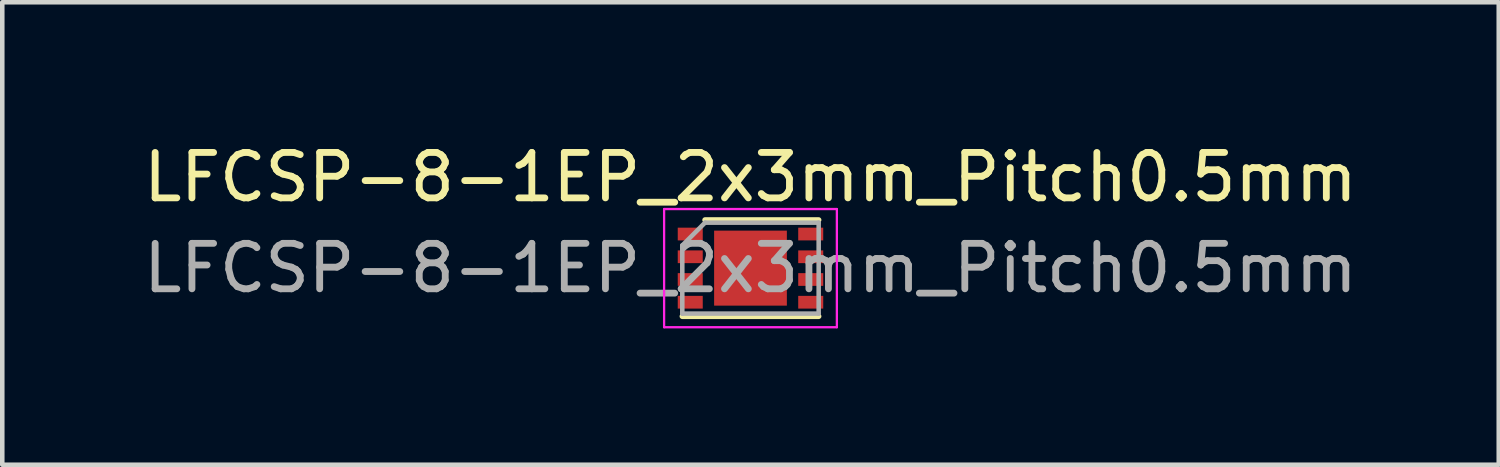
<source format=kicad_pcb>
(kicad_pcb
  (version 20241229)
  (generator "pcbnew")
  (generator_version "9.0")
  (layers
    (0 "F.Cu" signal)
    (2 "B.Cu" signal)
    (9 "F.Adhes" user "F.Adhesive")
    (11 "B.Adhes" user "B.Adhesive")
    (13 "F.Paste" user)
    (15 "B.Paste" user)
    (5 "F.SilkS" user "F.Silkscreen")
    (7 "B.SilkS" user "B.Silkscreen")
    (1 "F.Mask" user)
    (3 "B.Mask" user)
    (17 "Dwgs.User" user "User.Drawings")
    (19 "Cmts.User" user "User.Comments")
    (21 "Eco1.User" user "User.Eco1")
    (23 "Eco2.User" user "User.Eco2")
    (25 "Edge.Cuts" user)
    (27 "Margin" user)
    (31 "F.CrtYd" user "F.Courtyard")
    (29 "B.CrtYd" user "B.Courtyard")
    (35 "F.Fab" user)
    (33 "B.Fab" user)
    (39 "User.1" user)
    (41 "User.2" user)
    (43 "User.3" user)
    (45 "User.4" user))
  (footprint "LFCSP-8-1EP_2x3mm_Pitch0.5mm"
    (layer "F.Cu")
    (at 13.458 2.848)
    (property "Reference" "LFCSP-8-1EP_2x3mm_Pitch0.5mm" (at 0 -2 0) (layer "F.SilkS") (effects (font (size 1 1) (thickness 0.15))))
    (attr smd)
    (fp_line (start -1 -1.06) (end 1.5 -1.06) (stroke (width 0.12) (type solid)) (layer "F.SilkS"))
    (fp_line (start 1.5 1.06) (end -1.5 1.06) (stroke (width 0.12) (type solid)) (layer "F.SilkS"))
    (fp_line (start -1.9 -1.3) (end 1.9 -1.3) (stroke (width 0.05) (type solid)) (layer "F.CrtYd"))
    (fp_line (start -1.9 1.3) (end -1.9 -1.3) (stroke (width 0.05) (type solid)) (layer "F.CrtYd"))
    (fp_line (start 1.9 -1.3) (end 1.9 1.3) (stroke (width 0.05) (type solid)) (layer "F.CrtYd"))
    (fp_line (start 1.9 1.3) (end -1.9 1.3) (stroke (width 0.05) (type solid)) (layer "F.CrtYd"))
    (fp_line (start -1.5 -0.5) (end -1.5 1) (stroke (width 0.1) (type solid)) (layer "F.Fab"))
    (fp_line (start -1 -1) (end -1.5 -0.5) (stroke (width 0.1) (type solid)) (layer "F.Fab"))
    (fp_line (start -1 -1) (end 1.5 -1) (stroke (width 0.1) (type solid)) (layer "F.Fab"))
    (fp_line (start 1.5 1) (end -1.5 1) (stroke (width 0.1) (type solid)) (layer "F.Fab"))
    (fp_line (start 1.5 1) (end 1.5 -1) (stroke (width 0.1) (type solid)) (layer "F.Fab"))
    (fp_text user "${REFERENCE}" (at 0 0 180) (layer "F.Fab") (effects (font (size 1 1) (thickness 0.15))))
    (pad "1" smd rect (at -1.325 -0.75) (size 0.55 0.28) (layers "F.Cu" "F.Mask" "F.Paste"))
    (pad "2" smd rect (at -1.325 -0.25) (size 0.55 0.28) (layers "F.Cu" "F.Mask" "F.Paste"))
    (pad "3" smd rect (at -1.325 0.25) (size 0.55 0.28) (layers "F.Cu" "F.Mask" "F.Paste"))
    (pad "4" smd rect (at -1.325 0.75) (size 0.55 0.28) (layers "F.Cu" "F.Mask" "F.Paste"))
    (pad "5" smd rect (at 1.325 0.75) (size 0.55 0.28) (layers "F.Cu" "F.Mask" "F.Paste"))
    (pad "6" smd rect (at 1.325 0.25) (size 0.55 0.28) (layers "F.Cu" "F.Mask" "F.Paste"))
    (pad "7" smd rect (at 1.325 -0.25) (size 0.55 0.28) (layers "F.Cu" "F.Mask" "F.Paste"))
    (pad "8" smd rect (at 1.325 -0.75) (size 0.55 0.28) (layers "F.Cu" "F.Mask" "F.Paste"))
    (pad "9" smd rect (at 0 0) (size 1.6 1.65) (layers "F.Cu" "F.Mask" "F.Paste")))
  (gr_rect
    (start -3 -3)
    (end 29.917 7.173)
    (stroke (width 0.1) (type default))
    (fill no)
    (layer "Edge.Cuts")))
</source>
